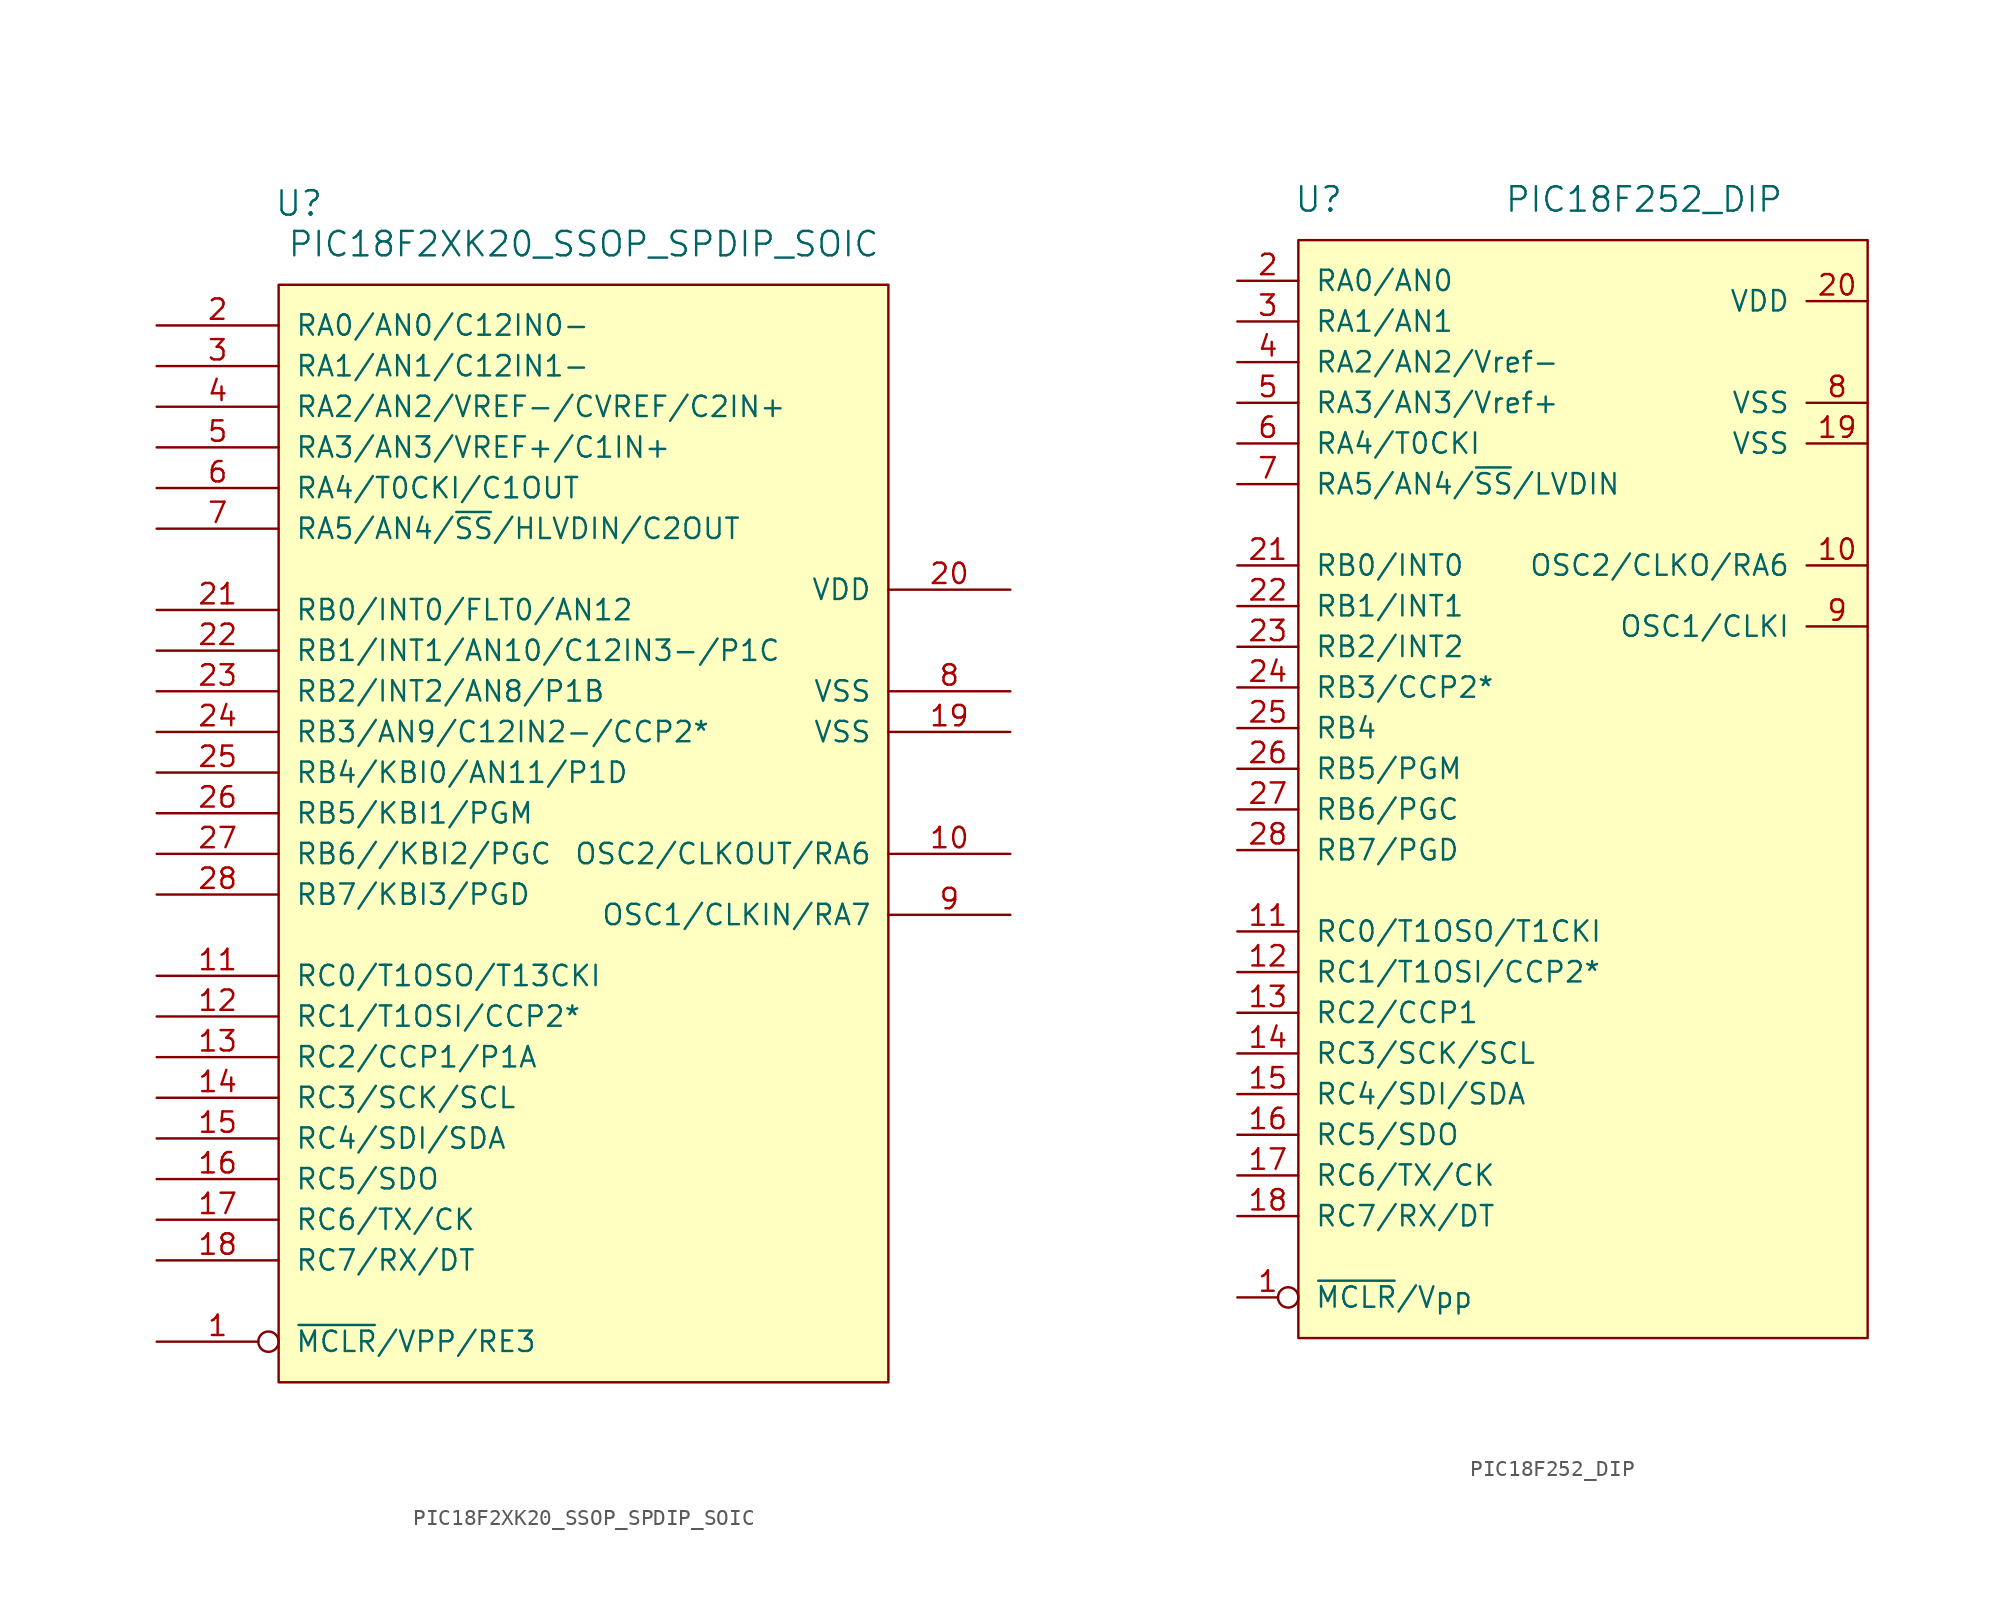
<source format=kicad_sym>
(kicad_symbol_lib
  (version 20211014)
  (generator kicad_symbol_editor)
  (symbol "PIC18F2XK20_SSOP_SPDIP_SOIC"
    (pin_names
      (offset 1.016))
    (property "Reference" "U"
      (at -19.05 39.37 0)
      (effects (font (size 1.524 1.524))))
    (property "Value" "PIC18F2XK20_SSOP_SPDIP_SOIC"
      (at -1.27 36.83 0)
      (effects (font (size 1.524 1.524))))
    (property "Footprint" ""
      (at -5.08 5.08 0)
      (effects (font (size 1.524 1.524))))
    (symbol "PIC18F2XK20_SSOP_SPDIP_SOIC_0_1"
      (rectangle (start 17.78 34.29) (end -20.32 -34.29) (stroke (width 0) (type default) (color 0 0 0 0)) (fill (type background))))
    (symbol "PIC18F2XK20_SSOP_SPDIP_SOIC_1_1"
      (pin input inverted (at -27.94 -31.75 0) (length 7.62) (name "~{MCLR}/VPP/RE3" (effects (font (size 1.27 1.27)))) (number "1" (effects (font (size 1.27 1.27)))))
      (pin output line (at 25.4 -1.27 180) (length 7.62) (name "OSC2/CLKOUT/RA6" (effects (font (size 1.27 1.27)))) (number "10" (effects (font (size 1.27 1.27)))))
      (pin bidirectional line (at -27.94 -8.89 0) (length 7.62) (name "RC0/T1OSO/T13CKI" (effects (font (size 1.27 1.27)))) (number "11" (effects (font (size 1.27 1.27)))))
      (pin bidirectional line (at -27.94 -11.43 0) (length 7.62) (name "RC1/T1OSI/CCP2*" (effects (font (size 1.27 1.27)))) (number "12" (effects (font (size 1.27 1.27)))))
      (pin bidirectional line (at -27.94 -13.97 0) (length 7.62) (name "RC2/CCP1/P1A" (effects (font (size 1.27 1.27)))) (number "13" (effects (font (size 1.27 1.27)))))
      (pin bidirectional line (at -27.94 -16.51 0) (length 7.62) (name "RC3/SCK/SCL" (effects (font (size 1.27 1.27)))) (number "14" (effects (font (size 1.27 1.27)))))
      (pin bidirectional line (at -27.94 -19.05 0) (length 7.62) (name "RC4/SDI/SDA" (effects (font (size 1.27 1.27)))) (number "15" (effects (font (size 1.27 1.27)))))
      (pin bidirectional line (at -27.94 -21.59 0) (length 7.62) (name "RC5/SDO" (effects (font (size 1.27 1.27)))) (number "16" (effects (font (size 1.27 1.27)))))
      (pin bidirectional line (at -27.94 -24.13 0) (length 7.62) (name "RC6/TX/CK" (effects (font (size 1.27 1.27)))) (number "17" (effects (font (size 1.27 1.27)))))
      (pin bidirectional line (at -27.94 -26.67 0) (length 7.62) (name "RC7/RX/DT" (effects (font (size 1.27 1.27)))) (number "18" (effects (font (size 1.27 1.27)))))
      (pin power_in line (at 25.4 6.35 180) (length 7.62) (name "VSS" (effects (font (size 1.27 1.27)))) (number "19" (effects (font (size 1.27 1.27)))))
      (pin bidirectional line (at -27.94 31.75 0) (length 7.62) (name "RA0/AN0/C12IN0-" (effects (font (size 1.27 1.27)))) (number "2" (effects (font (size 1.27 1.27)))))
      (pin power_in line (at 25.4 15.24 180) (length 7.62) (name "VDD" (effects (font (size 1.27 1.27)))) (number "20" (effects (font (size 1.27 1.27)))))
      (pin bidirectional line (at -27.94 13.97 0) (length 7.62) (name "RB0/INT0/FLT0/AN12" (effects (font (size 1.27 1.27)))) (number "21" (effects (font (size 1.27 1.27)))))
      (pin bidirectional line (at -27.94 11.43 0) (length 7.62) (name "RB1/INT1/AN10/C12IN3-/P1C" (effects (font (size 1.27 1.27)))) (number "22" (effects (font (size 1.27 1.27)))))
      (pin bidirectional line (at -27.94 8.89 0) (length 7.62) (name "RB2/INT2/AN8/P1B" (effects (font (size 1.27 1.27)))) (number "23" (effects (font (size 1.27 1.27)))))
      (pin bidirectional line (at -27.94 6.35 0) (length 7.62) (name "RB3/AN9/C12IN2-/CCP2*" (effects (font (size 1.27 1.27)))) (number "24" (effects (font (size 1.27 1.27)))))
      (pin bidirectional line (at -27.94 3.81 0) (length 7.62) (name "RB4/KBI0/AN11/P1D" (effects (font (size 1.27 1.27)))) (number "25" (effects (font (size 1.27 1.27)))))
      (pin bidirectional line (at -27.94 1.27 0) (length 7.62) (name "RB5/KBI1/PGM" (effects (font (size 1.27 1.27)))) (number "26" (effects (font (size 1.27 1.27)))))
      (pin bidirectional line (at -27.94 -1.27 0) (length 7.62) (name "RB6//KBI2/PGC" (effects (font (size 1.27 1.27)))) (number "27" (effects (font (size 1.27 1.27)))))
      (pin bidirectional line (at -27.94 -3.81 0) (length 7.62) (name "RB7/KBI3/PGD" (effects (font (size 1.27 1.27)))) (number "28" (effects (font (size 1.27 1.27)))))
      (pin bidirectional line (at -27.94 29.21 0) (length 7.62) (name "RA1/AN1/C12IN1-" (effects (font (size 1.27 1.27)))) (number "3" (effects (font (size 1.27 1.27)))))
      (pin bidirectional line (at -27.94 26.67 0) (length 7.62) (name "RA2/AN2/VREF-/CVREF/C2IN+" (effects (font (size 1.27 1.27)))) (number "4" (effects (font (size 1.27 1.27)))))
      (pin bidirectional line (at -27.94 24.13 0) (length 7.62) (name "RA3/AN3/VREF+/C1IN+" (effects (font (size 1.27 1.27)))) (number "5" (effects (font (size 1.27 1.27)))))
      (pin bidirectional line (at -27.94 21.59 0) (length 7.62) (name "RA4/T0CKI/C1OUT" (effects (font (size 1.27 1.27)))) (number "6" (effects (font (size 1.27 1.27)))))
      (pin bidirectional line (at -27.94 19.05 0) (length 7.62) (name "RA5/AN4/~{SS}/HLVDIN/C2OUT" (effects (font (size 1.27 1.27)))) (number "7" (effects (font (size 1.27 1.27)))))
      (pin power_in line (at 25.4 8.89 180) (length 7.62) (name "VSS" (effects (font (size 1.27 1.27)))) (number "8" (effects (font (size 1.27 1.27)))))
      (pin input line (at 25.4 -5.08 180) (length 7.62) (name "OSC1/CLKIN/RA7" (effects (font (size 1.27 1.27)))) (number "9" (effects (font (size 1.27 1.27)))))))
  (symbol "PIC18F252_DIP"
    (pin_names
      (offset 1.016))
    (property "Reference" "U"
      (at -11.43 31.75 0)
      (effects (font (size 1.524 1.524))))
    (property "Value" "PIC18F252_DIP"
      (at 8.89 31.75 0)
      (effects (font (size 1.524 1.524))))
    (symbol "PIC18F252_DIP_0_1"
      (rectangle (start 22.86 29.21) (end -12.7 -39.37) (stroke (width 0) (type default) (color 0 0 0 0)) (fill (type background))))
    (symbol "PIC18F252_DIP_1_1"
      (pin input inverted (at -16.51 -36.83 0) (length 3.81) (name "~{MCLR}/Vpp" (effects (font (size 1.27 1.27)))) (number "1" (effects (font (size 1.27 1.27)))))
      (pin output line (at 22.86 8.89 180) (length 3.81) (name "OSC2/CLKO/RA6" (effects (font (size 1.27 1.27)))) (number "10" (effects (font (size 1.27 1.27)))))
      (pin bidirectional line (at -16.51 -13.97 0) (length 3.81) (name "RC0/T1OSO/T1CKI" (effects (font (size 1.27 1.27)))) (number "11" (effects (font (size 1.27 1.27)))))
      (pin bidirectional line (at -16.51 -16.51 0) (length 3.81) (name "RC1/T1OSI/CCP2*" (effects (font (size 1.27 1.27)))) (number "12" (effects (font (size 1.27 1.27)))))
      (pin bidirectional line (at -16.51 -19.05 0) (length 3.81) (name "RC2/CCP1" (effects (font (size 1.27 1.27)))) (number "13" (effects (font (size 1.27 1.27)))))
      (pin bidirectional line (at -16.51 -21.59 0) (length 3.81) (name "RC3/SCK/SCL" (effects (font (size 1.27 1.27)))) (number "14" (effects (font (size 1.27 1.27)))))
      (pin bidirectional line (at -16.51 -24.13 0) (length 3.81) (name "RC4/SDI/SDA" (effects (font (size 1.27 1.27)))) (number "15" (effects (font (size 1.27 1.27)))))
      (pin bidirectional line (at -16.51 -26.67 0) (length 3.81) (name "RC5/SDO" (effects (font (size 1.27 1.27)))) (number "16" (effects (font (size 1.27 1.27)))))
      (pin bidirectional line (at -16.51 -29.21 0) (length 3.81) (name "RC6/TX/CK" (effects (font (size 1.27 1.27)))) (number "17" (effects (font (size 1.27 1.27)))))
      (pin bidirectional line (at -16.51 -31.75 0) (length 3.81) (name "RC7/RX/DT" (effects (font (size 1.27 1.27)))) (number "18" (effects (font (size 1.27 1.27)))))
      (pin power_in line (at 22.86 16.51 180) (length 3.81) (name "VSS" (effects (font (size 1.27 1.27)))) (number "19" (effects (font (size 1.27 1.27)))))
      (pin bidirectional line (at -16.51 26.67 0) (length 3.81) (name "RA0/AN0" (effects (font (size 1.27 1.27)))) (number "2" (effects (font (size 1.27 1.27)))))
      (pin power_in line (at 22.86 25.4 180) (length 3.81) (name "VDD" (effects (font (size 1.27 1.27)))) (number "20" (effects (font (size 1.27 1.27)))))
      (pin bidirectional line (at -16.51 8.89 0) (length 3.81) (name "RB0/INT0" (effects (font (size 1.27 1.27)))) (number "21" (effects (font (size 1.27 1.27)))))
      (pin bidirectional line (at -16.51 6.35 0) (length 3.81) (name "RB1/INT1" (effects (font (size 1.27 1.27)))) (number "22" (effects (font (size 1.27 1.27)))))
      (pin bidirectional line (at -16.51 3.81 0) (length 3.81) (name "RB2/INT2" (effects (font (size 1.27 1.27)))) (number "23" (effects (font (size 1.27 1.27)))))
      (pin bidirectional line (at -16.51 1.27 0) (length 3.81) (name "RB3/CCP2*" (effects (font (size 1.27 1.27)))) (number "24" (effects (font (size 1.27 1.27)))))
      (pin bidirectional line (at -16.51 -1.27 0) (length 3.81) (name "RB4" (effects (font (size 1.27 1.27)))) (number "25" (effects (font (size 1.27 1.27)))))
      (pin bidirectional line (at -16.51 -3.81 0) (length 3.81) (name "RB5/PGM" (effects (font (size 1.27 1.27)))) (number "26" (effects (font (size 1.27 1.27)))))
      (pin bidirectional line (at -16.51 -6.35 0) (length 3.81) (name "RB6/PGC" (effects (font (size 1.27 1.27)))) (number "27" (effects (font (size 1.27 1.27)))))
      (pin bidirectional line (at -16.51 -8.89 0) (length 3.81) (name "RB7/PGD" (effects (font (size 1.27 1.27)))) (number "28" (effects (font (size 1.27 1.27)))))
      (pin bidirectional line (at -16.51 24.13 0) (length 3.81) (name "RA1/AN1" (effects (font (size 1.27 1.27)))) (number "3" (effects (font (size 1.27 1.27)))))
      (pin bidirectional line (at -16.51 21.59 0) (length 3.81) (name "RA2/AN2/Vref-" (effects (font (size 1.27 1.27)))) (number "4" (effects (font (size 1.27 1.27)))))
      (pin bidirectional line (at -16.51 19.05 0) (length 3.81) (name "RA3/AN3/Vref+" (effects (font (size 1.27 1.27)))) (number "5" (effects (font (size 1.27 1.27)))))
      (pin bidirectional line (at -16.51 16.51 0) (length 3.81) (name "RA4/T0CKI" (effects (font (size 1.27 1.27)))) (number "6" (effects (font (size 1.27 1.27)))))
      (pin bidirectional line (at -16.51 13.97 0) (length 3.81) (name "RA5/AN4/~{SS}/LVDIN" (effects (font (size 1.27 1.27)))) (number "7" (effects (font (size 1.27 1.27)))))
      (pin power_in line (at 22.86 19.05 180) (length 3.81) (name "VSS" (effects (font (size 1.27 1.27)))) (number "8" (effects (font (size 1.27 1.27)))))
      (pin input line (at 22.86 5.08 180) (length 3.81) (name "OSC1/CLKI" (effects (font (size 1.27 1.27)))) (number "9" (effects (font (size 1.27 1.27))))))))
</source>
